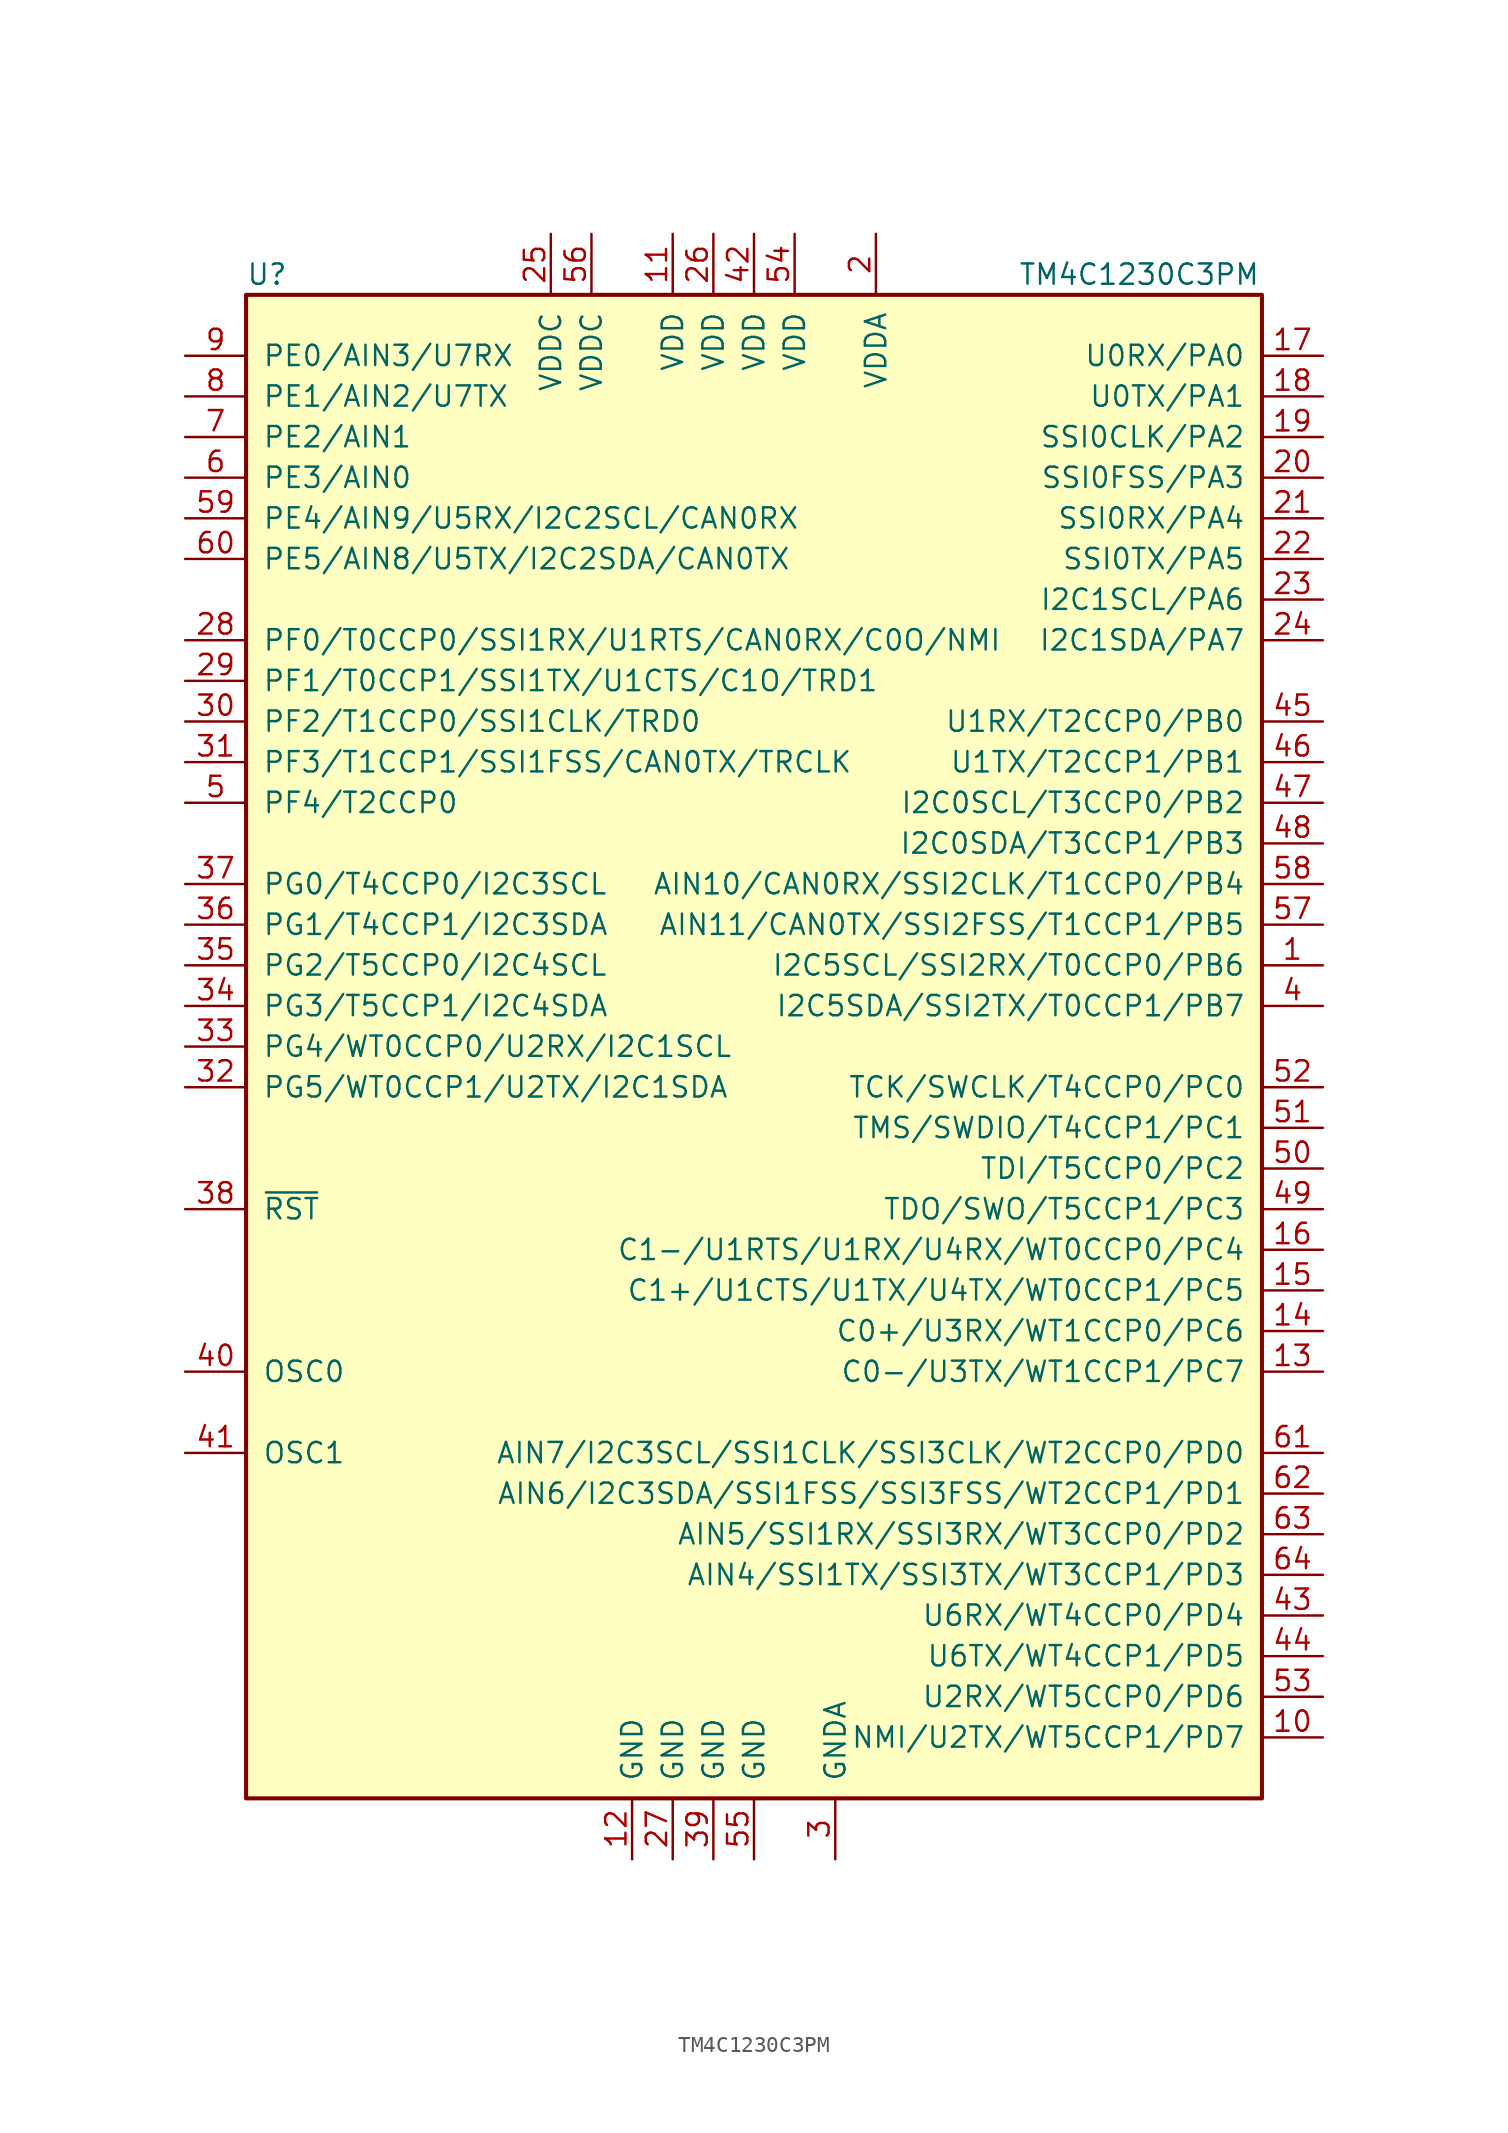
<source format=kicad_sym>
(kicad_symbol_lib
  (version 20211014)
  (generator kicad_symbol_editor)
  (symbol "TM4C1230C3PM"
    (pin_names
      (offset 1.016))
    (property "Reference" "U"
      (at -31.75 48.26 0)
      (effects (font (size 1.27 1.27)) (justify left)))
    (property "Value" "TM4C1230C3PM"
      (at 16.51 48.26 0)
      (effects (font (size 1.27 1.27)) (justify left)))
    (symbol "TM4C1230C3PM_0_1"
      (rectangle (start -31.75 46.99) (end 31.75 -46.99) (stroke (width 0.254) (type default) (color 0 0 0 0)) (fill (type background))))
    (symbol "TM4C1230C3PM_1_1"
      (pin bidirectional line (at 35.56 5.08 180) (length 3.81) (name "I2C5SCL/SSI2RX/T0CCP0/PB6" (effects (font (size 1.27 1.27)))) (number "1" (effects (font (size 1.27 1.27)))))
      (pin bidirectional line (at 35.56 -43.18 180) (length 3.81) (name "NMI/U2TX/WT5CCP1/PD7" (effects (font (size 1.27 1.27)))) (number "10" (effects (font (size 1.27 1.27)))))
      (pin power_in line (at -5.08 50.8 270) (length 3.81) (name "VDD" (effects (font (size 1.27 1.27)))) (number "11" (effects (font (size 1.27 1.27)))))
      (pin power_in line (at -7.62 -50.8 90) (length 3.81) (name "GND" (effects (font (size 1.27 1.27)))) (number "12" (effects (font (size 1.27 1.27)))))
      (pin bidirectional line (at 35.56 -20.32 180) (length 3.81) (name "C0-/U3TX/WT1CCP1/PC7" (effects (font (size 1.27 1.27)))) (number "13" (effects (font (size 1.27 1.27)))))
      (pin bidirectional line (at 35.56 -17.78 180) (length 3.81) (name "C0+/U3RX/WT1CCP0/PC6" (effects (font (size 1.27 1.27)))) (number "14" (effects (font (size 1.27 1.27)))))
      (pin bidirectional line (at 35.56 -15.24 180) (length 3.81) (name "C1+/U1CTS/U1TX/U4TX/WT0CCP1/PC5" (effects (font (size 1.27 1.27)))) (number "15" (effects (font (size 1.27 1.27)))))
      (pin bidirectional line (at 35.56 -12.7 180) (length 3.81) (name "C1-/U1RTS/U1RX/U4RX/WT0CCP0/PC4" (effects (font (size 1.27 1.27)))) (number "16" (effects (font (size 1.27 1.27)))))
      (pin bidirectional line (at 35.56 43.18 180) (length 3.81) (name "U0RX/PA0" (effects (font (size 1.27 1.27)))) (number "17" (effects (font (size 1.27 1.27)))))
      (pin bidirectional line (at 35.56 40.64 180) (length 3.81) (name "U0TX/PA1" (effects (font (size 1.27 1.27)))) (number "18" (effects (font (size 1.27 1.27)))))
      (pin bidirectional line (at 35.56 38.1 180) (length 3.81) (name "SSI0CLK/PA2" (effects (font (size 1.27 1.27)))) (number "19" (effects (font (size 1.27 1.27)))))
      (pin power_in line (at 7.62 50.8 270) (length 3.81) (name "VDDA" (effects (font (size 1.27 1.27)))) (number "2" (effects (font (size 1.27 1.27)))))
      (pin bidirectional line (at 35.56 35.56 180) (length 3.81) (name "SSI0FSS/PA3" (effects (font (size 1.27 1.27)))) (number "20" (effects (font (size 1.27 1.27)))))
      (pin bidirectional line (at 35.56 33.02 180) (length 3.81) (name "SSI0RX/PA4" (effects (font (size 1.27 1.27)))) (number "21" (effects (font (size 1.27 1.27)))))
      (pin bidirectional line (at 35.56 30.48 180) (length 3.81) (name "SSI0TX/PA5" (effects (font (size 1.27 1.27)))) (number "22" (effects (font (size 1.27 1.27)))))
      (pin bidirectional line (at 35.56 27.94 180) (length 3.81) (name "I2C1SCL/PA6" (effects (font (size 1.27 1.27)))) (number "23" (effects (font (size 1.27 1.27)))))
      (pin bidirectional line (at 35.56 25.4 180) (length 3.81) (name "I2C1SDA/PA7" (effects (font (size 1.27 1.27)))) (number "24" (effects (font (size 1.27 1.27)))))
      (pin power_in line (at -12.7 50.8 270) (length 3.81) (name "VDDC" (effects (font (size 1.27 1.27)))) (number "25" (effects (font (size 1.27 1.27)))))
      (pin power_in line (at -2.54 50.8 270) (length 3.81) (name "VDD" (effects (font (size 1.27 1.27)))) (number "26" (effects (font (size 1.27 1.27)))))
      (pin power_in line (at -5.08 -50.8 90) (length 3.81) (name "GND" (effects (font (size 1.27 1.27)))) (number "27" (effects (font (size 1.27 1.27)))))
      (pin bidirectional line (at -35.56 25.4 0) (length 3.81) (name "PF0/T0CCP0/SSI1RX/U1RTS/CAN0RX/C0O/NMI" (effects (font (size 1.27 1.27)))) (number "28" (effects (font (size 1.27 1.27)))))
      (pin bidirectional line (at -35.56 22.86 0) (length 3.81) (name "PF1/T0CCP1/SSI1TX/U1CTS/C1O/TRD1" (effects (font (size 1.27 1.27)))) (number "29" (effects (font (size 1.27 1.27)))))
      (pin power_in line (at 5.08 -50.8 90) (length 3.81) (name "GNDA" (effects (font (size 1.27 1.27)))) (number "3" (effects (font (size 1.27 1.27)))))
      (pin bidirectional line (at -35.56 20.32 0) (length 3.81) (name "PF2/T1CCP0/SSI1CLK/TRD0" (effects (font (size 1.27 1.27)))) (number "30" (effects (font (size 1.27 1.27)))))
      (pin bidirectional line (at -35.56 17.78 0) (length 3.81) (name "PF3/T1CCP1/SSI1FSS/CAN0TX/TRCLK" (effects (font (size 1.27 1.27)))) (number "31" (effects (font (size 1.27 1.27)))))
      (pin bidirectional line (at -35.56 -2.54 0) (length 3.81) (name "PG5/WT0CCP1/U2TX/I2C1SDA" (effects (font (size 1.27 1.27)))) (number "32" (effects (font (size 1.27 1.27)))))
      (pin bidirectional line (at -35.56 0 0) (length 3.81) (name "PG4/WT0CCP0/U2RX/I2C1SCL" (effects (font (size 1.27 1.27)))) (number "33" (effects (font (size 1.27 1.27)))))
      (pin bidirectional line (at -35.56 2.54 0) (length 3.81) (name "PG3/T5CCP1/I2C4SDA" (effects (font (size 1.27 1.27)))) (number "34" (effects (font (size 1.27 1.27)))))
      (pin bidirectional line (at -35.56 5.08 0) (length 3.81) (name "PG2/T5CCP0/I2C4SCL" (effects (font (size 1.27 1.27)))) (number "35" (effects (font (size 1.27 1.27)))))
      (pin bidirectional line (at -35.56 7.62 0) (length 3.81) (name "PG1/T4CCP1/I2C3SDA" (effects (font (size 1.27 1.27)))) (number "36" (effects (font (size 1.27 1.27)))))
      (pin bidirectional line (at -35.56 10.16 0) (length 3.81) (name "PG0/T4CCP0/I2C3SCL" (effects (font (size 1.27 1.27)))) (number "37" (effects (font (size 1.27 1.27)))))
      (pin input line (at -35.56 -10.16 0) (length 3.81) (name "~{RST}" (effects (font (size 1.27 1.27)))) (number "38" (effects (font (size 1.27 1.27)))))
      (pin power_in line (at -2.54 -50.8 90) (length 3.81) (name "GND" (effects (font (size 1.27 1.27)))) (number "39" (effects (font (size 1.27 1.27)))))
      (pin bidirectional line (at 35.56 2.54 180) (length 3.81) (name "I2C5SDA/SSI2TX/T0CCP1/PB7" (effects (font (size 1.27 1.27)))) (number "4" (effects (font (size 1.27 1.27)))))
      (pin passive line (at -35.56 -20.32 0) (length 3.81) (name "OSC0" (effects (font (size 1.27 1.27)))) (number "40" (effects (font (size 1.27 1.27)))))
      (pin passive line (at -35.56 -25.4 0) (length 3.81) (name "OSC1" (effects (font (size 1.27 1.27)))) (number "41" (effects (font (size 1.27 1.27)))))
      (pin power_in line (at 0 50.8 270) (length 3.81) (name "VDD" (effects (font (size 1.27 1.27)))) (number "42" (effects (font (size 1.27 1.27)))))
      (pin bidirectional line (at 35.56 -35.56 180) (length 3.81) (name "U6RX/WT4CCP0/PD4" (effects (font (size 1.27 1.27)))) (number "43" (effects (font (size 1.27 1.27)))))
      (pin bidirectional line (at 35.56 -38.1 180) (length 3.81) (name "U6TX/WT4CCP1/PD5" (effects (font (size 1.27 1.27)))) (number "44" (effects (font (size 1.27 1.27)))))
      (pin bidirectional line (at 35.56 20.32 180) (length 3.81) (name "U1RX/T2CCP0/PB0" (effects (font (size 1.27 1.27)))) (number "45" (effects (font (size 1.27 1.27)))))
      (pin bidirectional line (at 35.56 17.78 180) (length 3.81) (name "U1TX/T2CCP1/PB1" (effects (font (size 1.27 1.27)))) (number "46" (effects (font (size 1.27 1.27)))))
      (pin bidirectional line (at 35.56 15.24 180) (length 3.81) (name "I2C0SCL/T3CCP0/PB2" (effects (font (size 1.27 1.27)))) (number "47" (effects (font (size 1.27 1.27)))))
      (pin bidirectional line (at 35.56 12.7 180) (length 3.81) (name "I2C0SDA/T3CCP1/PB3" (effects (font (size 1.27 1.27)))) (number "48" (effects (font (size 1.27 1.27)))))
      (pin bidirectional line (at 35.56 -10.16 180) (length 3.81) (name "TDO/SWO/T5CCP1/PC3" (effects (font (size 1.27 1.27)))) (number "49" (effects (font (size 1.27 1.27)))))
      (pin bidirectional line (at -35.56 15.24 0) (length 3.81) (name "PF4/T2CCP0" (effects (font (size 1.27 1.27)))) (number "5" (effects (font (size 1.27 1.27)))))
      (pin bidirectional line (at 35.56 -7.62 180) (length 3.81) (name "TDI/T5CCP0/PC2" (effects (font (size 1.27 1.27)))) (number "50" (effects (font (size 1.27 1.27)))))
      (pin bidirectional line (at 35.56 -5.08 180) (length 3.81) (name "TMS/SWDIO/T4CCP1/PC1" (effects (font (size 1.27 1.27)))) (number "51" (effects (font (size 1.27 1.27)))))
      (pin bidirectional line (at 35.56 -2.54 180) (length 3.81) (name "TCK/SWCLK/T4CCP0/PC0" (effects (font (size 1.27 1.27)))) (number "52" (effects (font (size 1.27 1.27)))))
      (pin bidirectional line (at 35.56 -40.64 180) (length 3.81) (name "U2RX/WT5CCP0/PD6" (effects (font (size 1.27 1.27)))) (number "53" (effects (font (size 1.27 1.27)))))
      (pin power_in line (at 2.54 50.8 270) (length 3.81) (name "VDD" (effects (font (size 1.27 1.27)))) (number "54" (effects (font (size 1.27 1.27)))))
      (pin power_in line (at 0 -50.8 90) (length 3.81) (name "GND" (effects (font (size 1.27 1.27)))) (number "55" (effects (font (size 1.27 1.27)))))
      (pin power_in line (at -10.16 50.8 270) (length 3.81) (name "VDDC" (effects (font (size 1.27 1.27)))) (number "56" (effects (font (size 1.27 1.27)))))
      (pin bidirectional line (at 35.56 7.62 180) (length 3.81) (name "AIN11/CAN0TX/SSI2FSS/T1CCP1/PB5" (effects (font (size 1.27 1.27)))) (number "57" (effects (font (size 1.27 1.27)))))
      (pin bidirectional line (at 35.56 10.16 180) (length 3.81) (name "AIN10/CAN0RX/SSI2CLK/T1CCP0/PB4" (effects (font (size 1.27 1.27)))) (number "58" (effects (font (size 1.27 1.27)))))
      (pin bidirectional line (at -35.56 33.02 0) (length 3.81) (name "PE4/AIN9/U5RX/I2C2SCL/CAN0RX" (effects (font (size 1.27 1.27)))) (number "59" (effects (font (size 1.27 1.27)))))
      (pin bidirectional line (at -35.56 35.56 0) (length 3.81) (name "PE3/AIN0" (effects (font (size 1.27 1.27)))) (number "6" (effects (font (size 1.27 1.27)))))
      (pin bidirectional line (at -35.56 30.48 0) (length 3.81) (name "PE5/AIN8/U5TX/I2C2SDA/CAN0TX" (effects (font (size 1.27 1.27)))) (number "60" (effects (font (size 1.27 1.27)))))
      (pin bidirectional line (at 35.56 -25.4 180) (length 3.81) (name "AIN7/I2C3SCL/SSI1CLK/SSI3CLK/WT2CCP0/PD0" (effects (font (size 1.27 1.27)))) (number "61" (effects (font (size 1.27 1.27)))))
      (pin bidirectional line (at 35.56 -27.94 180) (length 3.81) (name "AIN6/I2C3SDA/SSI1FSS/SSI3FSS/WT2CCP1/PD1" (effects (font (size 1.27 1.27)))) (number "62" (effects (font (size 1.27 1.27)))))
      (pin bidirectional line (at 35.56 -30.48 180) (length 3.81) (name "AIN5/SSI1RX/SSI3RX/WT3CCP0/PD2" (effects (font (size 1.27 1.27)))) (number "63" (effects (font (size 1.27 1.27)))))
      (pin bidirectional line (at 35.56 -33.02 180) (length 3.81) (name "AIN4/SSI1TX/SSI3TX/WT3CCP1/PD3" (effects (font (size 1.27 1.27)))) (number "64" (effects (font (size 1.27 1.27)))))
      (pin bidirectional line (at -35.56 38.1 0) (length 3.81) (name "PE2/AIN1" (effects (font (size 1.27 1.27)))) (number "7" (effects (font (size 1.27 1.27)))))
      (pin bidirectional line (at -35.56 40.64 0) (length 3.81) (name "PE1/AIN2/U7TX" (effects (font (size 1.27 1.27)))) (number "8" (effects (font (size 1.27 1.27)))))
      (pin bidirectional line (at -35.56 43.18 0) (length 3.81) (name "PE0/AIN3/U7RX" (effects (font (size 1.27 1.27)))) (number "9" (effects (font (size 1.27 1.27))))))))
</source>
